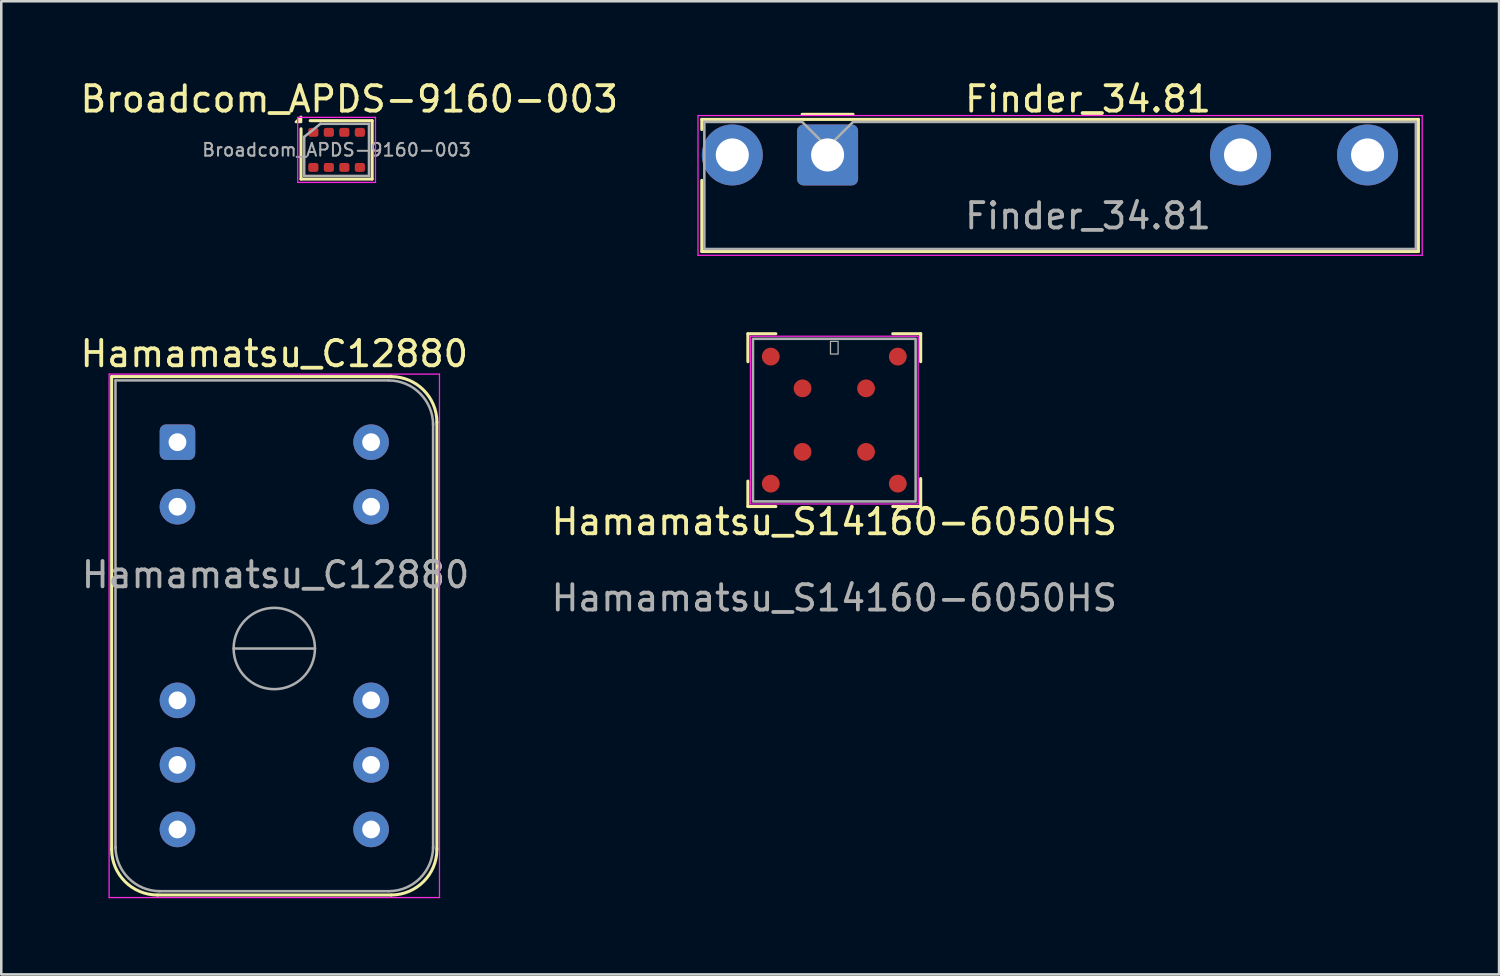
<source format=kicad_pcb>
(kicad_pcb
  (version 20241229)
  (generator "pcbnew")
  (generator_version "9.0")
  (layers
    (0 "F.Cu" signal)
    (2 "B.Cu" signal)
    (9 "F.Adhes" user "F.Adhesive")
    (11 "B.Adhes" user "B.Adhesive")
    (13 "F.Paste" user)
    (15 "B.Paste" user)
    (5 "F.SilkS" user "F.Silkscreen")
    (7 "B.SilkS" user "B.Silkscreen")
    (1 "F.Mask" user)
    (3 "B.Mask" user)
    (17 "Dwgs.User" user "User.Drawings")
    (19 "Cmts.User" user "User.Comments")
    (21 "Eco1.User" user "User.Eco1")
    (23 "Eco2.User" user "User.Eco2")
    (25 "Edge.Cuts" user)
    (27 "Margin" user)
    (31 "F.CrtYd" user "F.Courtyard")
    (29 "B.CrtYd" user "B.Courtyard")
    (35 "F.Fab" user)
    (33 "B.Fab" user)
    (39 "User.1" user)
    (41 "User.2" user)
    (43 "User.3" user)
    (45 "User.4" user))
  (footprint "Hamamatsu_S14160-6050HS"
    (layer "F.Cu")
    (at 29.782 13.483)
    (property "Reference" "Hamamatsu_S14160-6050HS" (at 0 4 0) (layer "F.SilkS") (effects (font (size 1 1) (thickness 0.15))))
    (attr smd)
    (fp_line (start -3.4 -3.4) (end -3.4 -2.3) (stroke (width 0.12) (type default)) (layer "F.SilkS"))
    (fp_line (start -3.4 -3.4) (end -2.3 -3.4) (stroke (width 0.12) (type default)) (layer "F.SilkS"))
    (fp_line (start -3.4 3.4) (end -3.4 2.4) (stroke (width 0.12) (type default)) (layer "F.SilkS"))
    (fp_line (start -2.3 3.4) (end -3.4 3.4) (stroke (width 0.12) (type default)) (layer "F.SilkS"))
    (fp_line (start 2.3 -3.4) (end 3.4 -3.4) (stroke (width 0.12) (type default)) (layer "F.SilkS"))
    (fp_line (start 2.3 3.4) (end 3.4 3.4) (stroke (width 0.12) (type default)) (layer "F.SilkS"))
    (fp_line (start 3.4 -3.4) (end 3.4 -2.3) (stroke (width 0.12) (type default)) (layer "F.SilkS"))
    (fp_line (start 3.4 3.4) (end 3.4 2.3) (stroke (width 0.12) (type default)) (layer "F.SilkS"))
    (fp_rect (start 3.3 3.3) (end -3.3 -3.3) (stroke (width 0.05) (type default)) (fill no) (layer "F.CrtYd"))
    (fp_rect (start -3.2 -3.2) (end 3.2 3.2) (stroke (width 0.1) (type solid)) (fill no) (layer "F.Fab"))
    (fp_rect (start -0.15 -3.1) (end 0.15 -2.6) (stroke (width 0.05) (type solid)) (fill no) (layer "F.Fab"))
    (fp_text user "${REFERENCE}" (at 0 7 0) (unlocked yes) (layer "F.Fab") (effects (font (size 1 1) (thickness 0.15))))
    (pad "A" smd circle (at -1.25 -1.25) (size 0.7 0.7) (layers "F.Cu" "F.Mask" "F.Paste"))
    (pad "A" smd circle (at -1.25 1.25) (size 0.7 0.7) (layers "F.Cu" "F.Mask" "F.Paste"))
    (pad "A" smd circle (at 1.25 -1.25) (size 0.7 0.7) (layers "F.Cu" "F.Mask" "F.Paste"))
    (pad "A" smd circle (at 1.25 1.25) (size 0.7 0.7) (layers "F.Cu" "F.Mask" "F.Paste"))
    (pad "K" smd circle (at -2.5 -2.5) (size 0.7 0.7) (layers "F.Cu" "F.Mask" "F.Paste"))
    (pad "K" smd circle (at -2.5 2.5) (size 0.7 0.7) (layers "F.Cu" "F.Mask" "F.Paste"))
    (pad "K" smd circle (at 2.5 -2.5) (size 0.7 0.7) (layers "F.Cu" "F.Mask" "F.Paste"))
    (pad "K" smd circle (at 2.5 2.5) (size 0.7 0.7) (layers "F.Cu" "F.Mask" "F.Paste")))
  (footprint "Hamamatsu_C12880"
    (layer "F.Cu")
    (at 3.934 14.351)
    (property "Reference" "Hamamatsu_C12880" (at 3.81 -3.48 0) (layer "F.SilkS") (effects (font (size 1 1) (thickness 0.15))))
    (attr through_hole)
    (fp_line (start -2.59 -2.58) (end -2.59 16.02) (stroke (width 0.12) (type solid)) (layer "F.SilkS"))
    (fp_line (start -0.79 17.82) (end 8.41 17.82) (stroke (width 0.12) (type solid)) (layer "F.SilkS"))
    (fp_line (start 8.41 -2.58) (end -2.59 -2.58) (stroke (width 0.12) (type solid)) (layer "F.SilkS"))
    (fp_line (start 10.21 16.02) (end 10.21 -0.78) (stroke (width 0.12) (type solid)) (layer "F.SilkS"))
    (fp_arc (start -0.79 17.82) (mid -2.062792 17.292792) (end -2.59 16.02) (stroke (width 0.12) (type solid)) (layer "F.SilkS"))
    (fp_arc (start 8.41 -2.58) (mid 9.682792 -2.052792) (end 10.21 -0.78) (stroke (width 0.12) (type solid)) (layer "F.SilkS"))
    (fp_arc (start 10.21 16.02) (mid 9.682792 17.292792) (end 8.41 17.82) (stroke (width 0.12) (type solid)) (layer "F.SilkS"))
    (fp_line (start -2.69 -2.68) (end -2.69 17.92) (stroke (width 0.05) (type solid)) (layer "F.CrtYd"))
    (fp_line (start -2.69 -2.68) (end 10.31 -2.68) (stroke (width 0.05) (type solid)) (layer "F.CrtYd"))
    (fp_line (start 10.31 17.92) (end -2.69 17.92) (stroke (width 0.05) (type solid)) (layer "F.CrtYd"))
    (fp_line (start 10.31 17.92) (end 10.31 -2.68) (stroke (width 0.05) (type solid)) (layer "F.CrtYd"))
    (fp_line (start -2.44 -2.43) (end -2.44 15.97) (stroke (width 0.1) (type solid)) (layer "F.Fab"))
    (fp_line (start -0.74 17.67) (end 8.31 17.67) (stroke (width 0.1) (type solid)) (layer "F.Fab"))
    (fp_line (start 2.21 8.12) (end 5.41 8.12) (stroke (width 0.1) (type solid)) (layer "F.Fab"))
    (fp_line (start 8.31 -2.43) (end -2.44 -2.43) (stroke (width 0.1) (type solid)) (layer "F.Fab"))
    (fp_line (start 10.06 15.97) (end 10.06 -0.73) (stroke (width 0.1) (type solid)) (layer "F.Fab"))
    (fp_arc (start -0.69 17.67) (mid -1.927437 17.157437) (end -2.44 15.92) (stroke (width 0.1) (type solid)) (layer "F.Fab"))
    (fp_arc (start 8.31 -2.43) (mid 9.547437 -1.917437) (end 10.06 -0.68) (stroke (width 0.1) (type solid)) (layer "F.Fab"))
    (fp_arc (start 10.06 15.92) (mid 9.547437 17.157437) (end 8.31 17.67) (stroke (width 0.1) (type solid)) (layer "F.Fab"))
    (fp_circle (center 3.81 8.12) (end 5.41 8.12) (stroke (width 0.1) (type solid)) (fill no) (layer "F.Fab"))
    (fp_text user "${REFERENCE}" (at 3.86 5.22 0) (layer "F.Fab") (effects (font (size 1 1) (thickness 0.15))))
    (pad "1" thru_hole roundrect (at 0 0) (size 1.4 1.4) (drill 0.7) (layers "*.Cu" "*.Mask") (roundrect_rratio 0.178))
    (pad "2" thru_hole circle (at 0 2.54) (size 1.4 1.4) (drill 0.7) (layers "*.Cu" "*.Mask"))
    (pad "3" thru_hole circle (at 0 10.16) (size 1.4 1.4) (drill 0.7) (layers "*.Cu" "*.Mask"))
    (pad "4" thru_hole circle (at 0 12.7) (size 1.4 1.4) (drill 0.7) (layers "*.Cu" "*.Mask"))
    (pad "5" thru_hole circle (at 0 15.24) (size 1.4 1.4) (drill 0.7) (layers "*.Cu" "*.Mask"))
    (pad "6" thru_hole circle (at 7.62 15.24) (size 1.4 1.4) (drill 0.7) (layers "*.Cu" "*.Mask"))
    (pad "7" thru_hole circle (at 7.62 12.7) (size 1.4 1.4) (drill 0.7) (layers "*.Cu" "*.Mask"))
    (pad "8" thru_hole circle (at 7.62 10.16) (size 1.4 1.4) (drill 0.7) (layers "*.Cu" "*.Mask"))
    (pad "9" thru_hole circle (at 7.62 2.54) (size 1.4 1.4) (drill 0.7) (layers "*.Cu" "*.Mask"))
    (pad "10" thru_hole circle (at 7.62 0) (size 1.4 1.4) (drill 0.7) (layers "*.Cu" "*.Mask")))
  (footprint "Broadcom_APDS-9160-003"
    (layer "F.Cu")
    (at 10.196 2.848)
    (property "Reference" "Broadcom_APDS-9160-003" (at 0.5 -2 0) (layer "F.SilkS") (effects (font (size 1 1) (thickness 0.15))))
    (attr smd)
    (fp_line (start -1.4 -0.83) (end -1.4 1.15) (stroke (width 0.12) (type solid)) (layer "F.SilkS"))
    (fp_line (start -1.4 1.15) (end 1.4 1.15) (stroke (width 0.12) (type default)) (layer "F.SilkS"))
    (fp_line (start 1.4 -1.15) (end -1.04 -1.15) (stroke (width 0.12) (type default)) (layer "F.SilkS"))
    (fp_line (start 1.4 -1.15) (end 1.4 1.15) (stroke (width 0.12) (type solid)) (layer "F.SilkS"))
    (fp_poly (pts (xy -1.4 -1.1) (xy -1.4 -1.3) (xy -1.6 -1.1)) (stroke (width 0.1) (type solid)) (fill yes) (layer "F.SilkS"))
    (fp_line (start -1.53 -1.28) (end 1.53 -1.28) (stroke (width 0.05) (type solid)) (layer "F.CrtYd"))
    (fp_line (start -1.53 1.28) (end -1.53 -1.28) (stroke (width 0.05) (type solid)) (layer "F.CrtYd"))
    (fp_line (start 1.53 -1.28) (end 1.53 1.28) (stroke (width 0.05) (type solid)) (layer "F.CrtYd"))
    (fp_line (start 1.53 1.28) (end -1.53 1.28) (stroke (width 0.05) (type solid)) (layer "F.CrtYd"))
    (fp_line (start -1.275 -0.512) (end -1.275 1.025) (stroke (width 0.1) (type solid)) (layer "F.Fab"))
    (fp_line (start -1.275 -0.512) (end -0.637 -1.025) (stroke (width 0.1) (type default)) (layer "F.Fab"))
    (fp_line (start -1.275 1.025) (end 1.275 1.025) (stroke (width 0.1) (type solid)) (layer "F.Fab"))
    (fp_line (start 1.275 -1.025) (end -0.637 -1.025) (stroke (width 0.1) (type solid)) (layer "F.Fab"))
    (fp_line (start 1.275 1.025) (end 1.275 -1.025) (stroke (width 0.1) (type solid)) (layer "F.Fab"))
    (fp_text user "${REFERENCE}" (at 0 0 0) (layer "F.Fab") (effects (font (size 0.5 0.5) (thickness 0.08))))
    (pad "1" smd roundrect (at -0.915 -0.69) (size 0.4 0.35) (layers "F.Cu" "F.Mask" "F.Paste") (roundrect_rratio 0.25))
    (pad "2" smd roundrect (at -0.305 -0.69) (size 0.4 0.35) (layers "F.Cu" "F.Mask" "F.Paste") (roundrect_rratio 0.25))
    (pad "3" smd roundrect (at 0.305 -0.69) (size 0.4 0.35) (layers "F.Cu" "F.Mask" "F.Paste") (roundrect_rratio 0.25))
    (pad "4" smd roundrect (at 0.915 -0.69) (size 0.4 0.35) (layers "F.Cu" "F.Mask" "F.Paste") (roundrect_rratio 0.25))
    (pad "5" smd roundrect (at 0.915 0.69) (size 0.4 0.35) (layers "F.Cu" "F.Mask" "F.Paste") (roundrect_rratio 0.25))
    (pad "6" smd roundrect (at 0.305 0.69) (size 0.4 0.35) (layers "F.Cu" "F.Mask" "F.Paste") (roundrect_rratio 0.25))
    (pad "7" smd roundrect (at -0.305 0.69) (size 0.4 0.35) (layers "F.Cu" "F.Mask" "F.Paste") (roundrect_rratio 0.25))
    (pad "8" smd roundrect (at -0.915 0.69) (size 0.4 0.35) (layers "F.Cu" "F.Mask" "F.Paste") (roundrect_rratio 0.25)))
  (footprint "Finder_34.81"
    (layer "F.Cu")
    (at 29.518 3.048)
    (property "Reference" "Finder_34.81" (at 10.25 -2.2 0) (layer "F.SilkS") (effects (font (size 1 1) (thickness 0.15))))
    (attr through_hole)
    (fp_line (start -4.95 -1.4) (end -4.95 -1) (stroke (width 0.12) (type solid)) (layer "F.SilkS"))
    (fp_line (start -4.95 -1.4) (end 23.25 -1.4) (stroke (width 0.12) (type solid)) (layer "F.SilkS"))
    (fp_line (start -4.95 3.8) (end -4.95 1) (stroke (width 0.12) (type solid)) (layer "F.SilkS"))
    (fp_line (start 1 -1.6) (end -1 -1.6) (stroke (width 0.12) (type solid)) (layer "F.SilkS"))
    (fp_line (start 23.25 -1.4) (end 23.25 3.8) (stroke (width 0.12) (type solid)) (layer "F.SilkS"))
    (fp_line (start 23.25 3.8) (end -4.95 3.8) (stroke (width 0.12) (type solid)) (layer "F.SilkS"))
    (fp_line (start -5.1 -1.55) (end -5.1 3.95) (stroke (width 0.05) (type solid)) (layer "F.CrtYd"))
    (fp_line (start -5.1 -1.55) (end 23.4 -1.55) (stroke (width 0.05) (type solid)) (layer "F.CrtYd"))
    (fp_line (start 23.4 3.95) (end -5.1 3.95) (stroke (width 0.05) (type solid)) (layer "F.CrtYd"))
    (fp_line (start 23.4 3.95) (end 23.4 -1.55) (stroke (width 0.05) (type solid)) (layer "F.CrtYd"))
    (fp_line (start -4.85 -1.3) (end -1 -1.3) (stroke (width 0.1) (type solid)) (layer "F.Fab"))
    (fp_line (start -4.85 3.7) (end -4.85 -1.3) (stroke (width 0.1) (type solid)) (layer "F.Fab"))
    (fp_line (start 0 -0.3) (end -1 -1.3) (stroke (width 0.1) (type solid)) (layer "F.Fab"))
    (fp_line (start 0 -0.3) (end 1 -1.3) (stroke (width 0.1) (type solid)) (layer "F.Fab"))
    (fp_line (start 1 -1.3) (end 23.15 -1.3) (stroke (width 0.1) (type solid)) (layer "F.Fab"))
    (fp_line (start 23.15 -1.3) (end 23.15 3.7) (stroke (width 0.1) (type solid)) (layer "F.Fab"))
    (fp_line (start 23.15 3.7) (end -4.85 3.7) (stroke (width 0.1) (type solid)) (layer "F.Fab"))
    (fp_text user "${REFERENCE}" (at 10.25 2.4 0) (layer "F.Fab") (effects (font (size 1 1) (thickness 0.15))))
    (pad "11" thru_hole circle (at 16.25 0) (size 2.4 2.4) (drill 1.3) (layers "*.Cu" "*.Mask"))
    (pad "14" thru_hole circle (at 21.25 0) (size 2.4 2.4) (drill 1.3) (layers "*.Cu" "*.Mask"))
    (pad "A1" thru_hole roundrect (at 0 0) (size 2.4 2.4) (drill 1.3) (layers "*.Cu" "*.Mask") (roundrect_rratio 0.104))
    (pad "A2" thru_hole circle (at -3.75 0) (size 2.4 2.4) (drill 1.3) (layers "*.Cu" "*.Mask")))
  (gr_rect
    (start -3 -3)
    (end 55.943 35.297)
    (stroke (width 0.1) (type default))
    (fill no)
    (layer "Edge.Cuts")))
</source>
